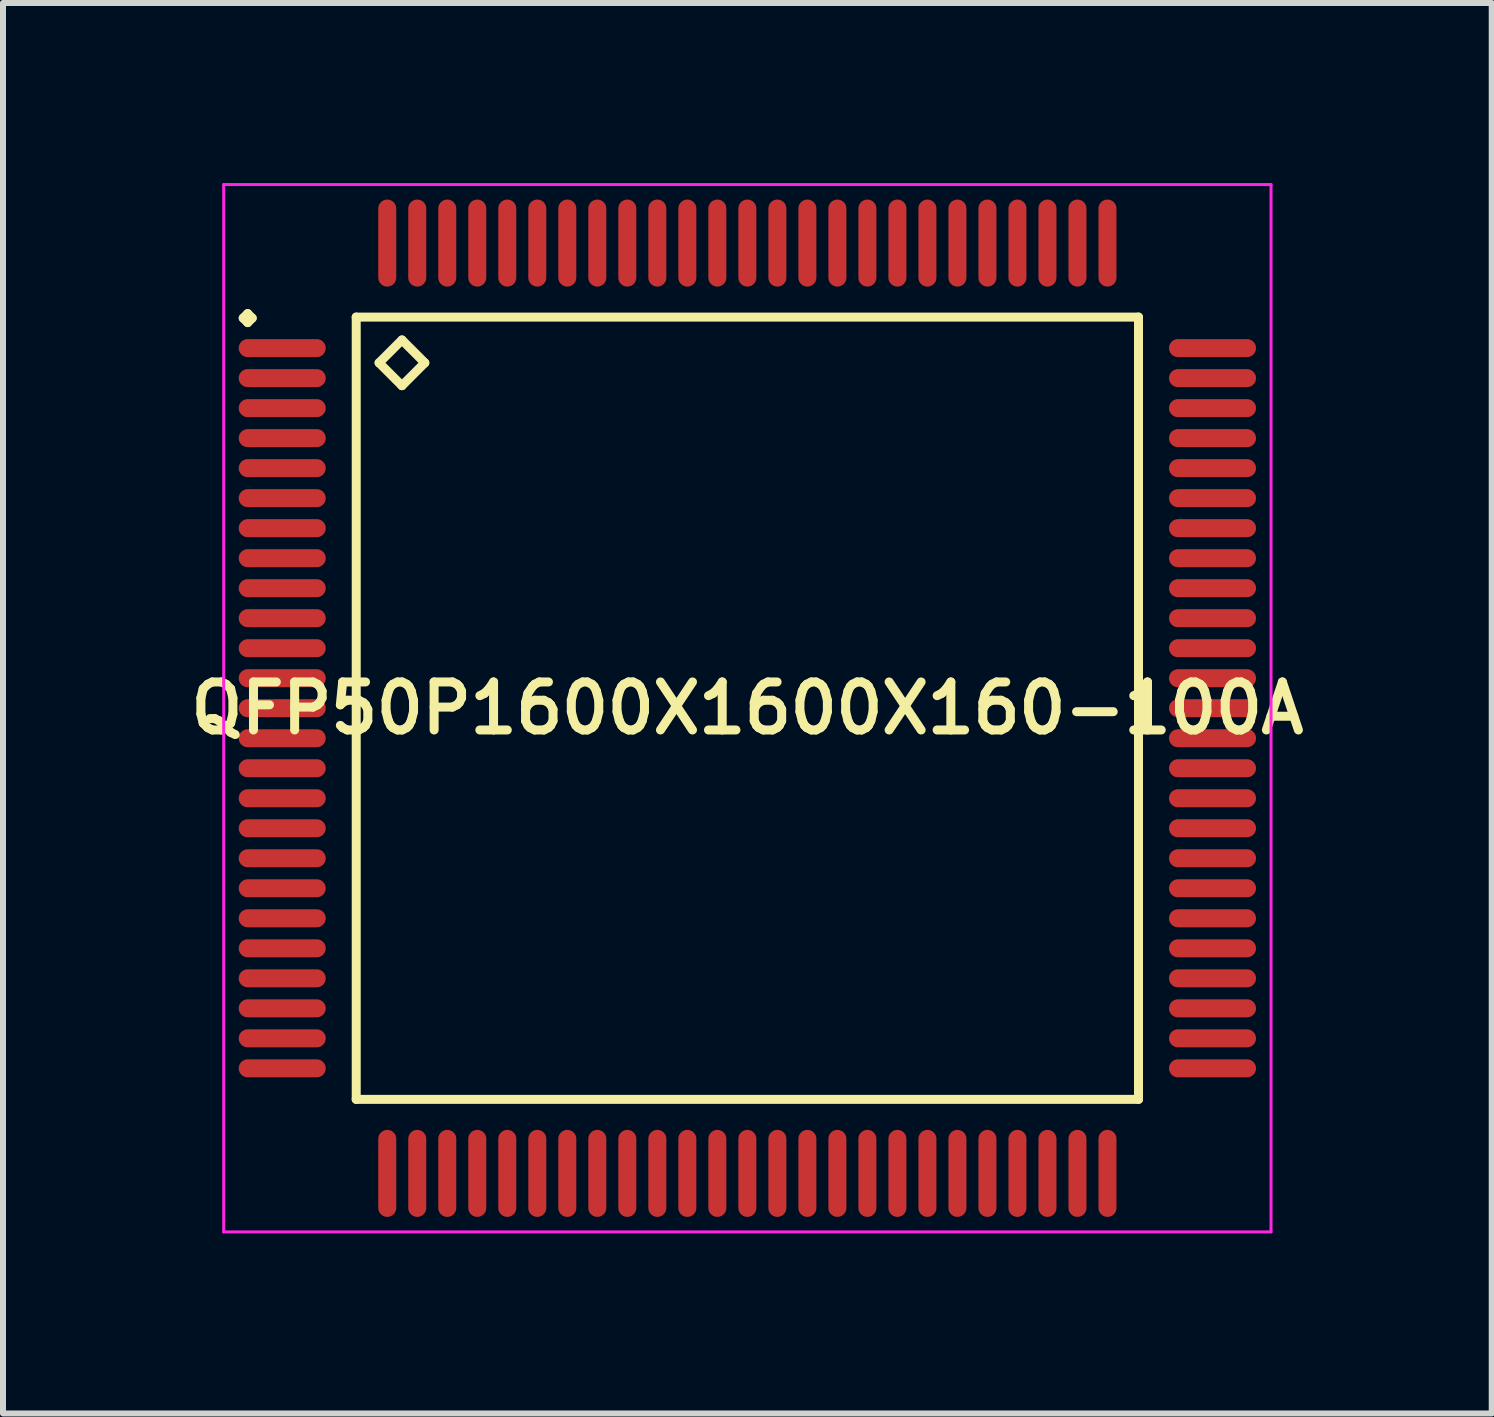
<source format=kicad_pcb>
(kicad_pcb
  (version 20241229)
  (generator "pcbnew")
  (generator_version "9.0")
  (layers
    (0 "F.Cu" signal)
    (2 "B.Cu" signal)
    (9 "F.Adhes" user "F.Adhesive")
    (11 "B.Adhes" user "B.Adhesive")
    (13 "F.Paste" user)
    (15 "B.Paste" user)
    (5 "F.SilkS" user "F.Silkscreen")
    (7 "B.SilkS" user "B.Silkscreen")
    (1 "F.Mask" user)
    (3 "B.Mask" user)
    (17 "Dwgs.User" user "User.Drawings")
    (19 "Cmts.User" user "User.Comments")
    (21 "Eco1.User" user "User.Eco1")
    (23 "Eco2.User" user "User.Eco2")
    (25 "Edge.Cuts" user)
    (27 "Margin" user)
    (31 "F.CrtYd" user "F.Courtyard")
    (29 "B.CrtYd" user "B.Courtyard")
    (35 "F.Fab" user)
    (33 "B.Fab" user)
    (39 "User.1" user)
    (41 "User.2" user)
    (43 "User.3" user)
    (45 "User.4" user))
  (footprint "QFP50P1600X1600X160-100A"
    (layer "F.Cu")
    (at 9.402 8.75)
    (property "Reference" "QFP50P1600X1600X160-100A" (at 0 0 0) (layer "F.SilkS") (effects (font (size 0.8 0.8) (thickness 0.15))))
    (attr smd)
    (fp_line (start -8.4 -6.5) (end -8.325 -6.575) (stroke (width 0.15) (type solid)) (layer "F.SilkS"))
    (fp_line (start -8.325 -6.575) (end -8.25 -6.5) (stroke (width 0.15) (type solid)) (layer "F.SilkS"))
    (fp_line (start -8.325 -6.425) (end -8.4 -6.5) (stroke (width 0.15) (type solid)) (layer "F.SilkS"))
    (fp_line (start -8.25 -6.5) (end -8.325 -6.425) (stroke (width 0.15) (type solid)) (layer "F.SilkS"))
    (fp_line (start -6.517 -6.517) (end -6.517 6.517) (stroke (width 0.15) (type solid)) (layer "F.SilkS"))
    (fp_line (start -6.517 6.517) (end 6.517 6.517) (stroke (width 0.15) (type solid)) (layer "F.SilkS"))
    (fp_line (start -6.136 -5.755) (end -5.755 -6.136) (stroke (width 0.15) (type solid)) (layer "F.SilkS"))
    (fp_line (start -5.755 -6.136) (end -5.374 -5.755) (stroke (width 0.15) (type solid)) (layer "F.SilkS"))
    (fp_line (start -5.755 -5.374) (end -6.136 -5.755) (stroke (width 0.15) (type solid)) (layer "F.SilkS"))
    (fp_line (start -5.374 -5.755) (end -5.755 -5.374) (stroke (width 0.15) (type solid)) (layer "F.SilkS"))
    (fp_line (start 6.517 -6.517) (end -6.517 -6.517) (stroke (width 0.15) (type solid)) (layer "F.SilkS"))
    (fp_line (start 6.517 6.517) (end 6.517 -6.517) (stroke (width 0.15) (type solid)) (layer "F.SilkS"))
    (fp_line (start -8.725 -8.725) (end 8.725 -8.725) (stroke (width 0.05) (type solid)) (layer "F.CrtYd"))
    (fp_line (start -8.725 8.725) (end -8.725 -8.725) (stroke (width 0.05) (type solid)) (layer "F.CrtYd"))
    (fp_line (start 8.725 -8.725) (end 8.725 8.725) (stroke (width 0.05) (type solid)) (layer "F.CrtYd"))
    (fp_line (start 8.725 8.725) (end -8.725 8.725) (stroke (width 0.05) (type solid)) (layer "F.CrtYd"))
    (pad "1" smd oval (at -7.75 -6) (size 1.45 0.3) (layers "F.Cu" "F.Mask" "F.Paste"))
    (pad "2" smd oval (at -7.75 -5.5) (size 1.45 0.3) (layers "F.Cu" "F.Mask" "F.Paste"))
    (pad "3" smd oval (at -7.75 -5) (size 1.45 0.3) (layers "F.Cu" "F.Mask" "F.Paste"))
    (pad "4" smd oval (at -7.75 -4.5) (size 1.45 0.3) (layers "F.Cu" "F.Mask" "F.Paste"))
    (pad "5" smd oval (at -7.75 -4) (size 1.45 0.3) (layers "F.Cu" "F.Mask" "F.Paste"))
    (pad "6" smd oval (at -7.75 -3.5) (size 1.45 0.3) (layers "F.Cu" "F.Mask" "F.Paste"))
    (pad "7" smd oval (at -7.75 -3) (size 1.45 0.3) (layers "F.Cu" "F.Mask" "F.Paste"))
    (pad "8" smd oval (at -7.75 -2.5) (size 1.45 0.3) (layers "F.Cu" "F.Mask" "F.Paste"))
    (pad "9" smd oval (at -7.75 -2) (size 1.45 0.3) (layers "F.Cu" "F.Mask" "F.Paste"))
    (pad "10" smd oval (at -7.75 -1.5) (size 1.45 0.3) (layers "F.Cu" "F.Mask" "F.Paste"))
    (pad "11" smd oval (at -7.75 -1) (size 1.45 0.3) (layers "F.Cu" "F.Mask" "F.Paste"))
    (pad "12" smd oval (at -7.75 -0.5) (size 1.45 0.3) (layers "F.Cu" "F.Mask" "F.Paste"))
    (pad "13" smd oval (at -7.75 0) (size 1.45 0.3) (layers "F.Cu" "F.Mask" "F.Paste"))
    (pad "14" smd oval (at -7.75 0.5) (size 1.45 0.3) (layers "F.Cu" "F.Mask" "F.Paste"))
    (pad "15" smd oval (at -7.75 1) (size 1.45 0.3) (layers "F.Cu" "F.Mask" "F.Paste"))
    (pad "16" smd oval (at -7.75 1.5) (size 1.45 0.3) (layers "F.Cu" "F.Mask" "F.Paste"))
    (pad "17" smd oval (at -7.75 2) (size 1.45 0.3) (layers "F.Cu" "F.Mask" "F.Paste"))
    (pad "18" smd oval (at -7.75 2.5) (size 1.45 0.3) (layers "F.Cu" "F.Mask" "F.Paste"))
    (pad "19" smd oval (at -7.75 3) (size 1.45 0.3) (layers "F.Cu" "F.Mask" "F.Paste"))
    (pad "20" smd oval (at -7.75 3.5) (size 1.45 0.3) (layers "F.Cu" "F.Mask" "F.Paste"))
    (pad "21" smd oval (at -7.75 4) (size 1.45 0.3) (layers "F.Cu" "F.Mask" "F.Paste"))
    (pad "22" smd oval (at -7.75 4.5) (size 1.45 0.3) (layers "F.Cu" "F.Mask" "F.Paste"))
    (pad "23" smd oval (at -7.75 5) (size 1.45 0.3) (layers "F.Cu" "F.Mask" "F.Paste"))
    (pad "24" smd oval (at -7.75 5.5) (size 1.45 0.3) (layers "F.Cu" "F.Mask" "F.Paste"))
    (pad "25" smd oval (at -7.75 6) (size 1.45 0.3) (layers "F.Cu" "F.Mask" "F.Paste"))
    (pad "26" smd oval (at -6 7.75) (size 0.3 1.45) (layers "F.Cu" "F.Mask" "F.Paste"))
    (pad "27" smd oval (at -5.5 7.75) (size 0.3 1.45) (layers "F.Cu" "F.Mask" "F.Paste"))
    (pad "28" smd oval (at -5 7.75) (size 0.3 1.45) (layers "F.Cu" "F.Mask" "F.Paste"))
    (pad "29" smd oval (at -4.5 7.75) (size 0.3 1.45) (layers "F.Cu" "F.Mask" "F.Paste"))
    (pad "30" smd oval (at -4 7.75) (size 0.3 1.45) (layers "F.Cu" "F.Mask" "F.Paste"))
    (pad "31" smd oval (at -3.5 7.75) (size 0.3 1.45) (layers "F.Cu" "F.Mask" "F.Paste"))
    (pad "32" smd oval (at -3 7.75) (size 0.3 1.45) (layers "F.Cu" "F.Mask" "F.Paste"))
    (pad "33" smd oval (at -2.5 7.75) (size 0.3 1.45) (layers "F.Cu" "F.Mask" "F.Paste"))
    (pad "34" smd oval (at -2 7.75) (size 0.3 1.45) (layers "F.Cu" "F.Mask" "F.Paste"))
    (pad "35" smd oval (at -1.5 7.75) (size 0.3 1.45) (layers "F.Cu" "F.Mask" "F.Paste"))
    (pad "36" smd oval (at -1 7.75) (size 0.3 1.45) (layers "F.Cu" "F.Mask" "F.Paste"))
    (pad "37" smd oval (at -0.5 7.75) (size 0.3 1.45) (layers "F.Cu" "F.Mask" "F.Paste"))
    (pad "38" smd oval (at 0 7.75) (size 0.3 1.45) (layers "F.Cu" "F.Mask" "F.Paste"))
    (pad "39" smd oval (at 0.5 7.75) (size 0.3 1.45) (layers "F.Cu" "F.Mask" "F.Paste"))
    (pad "40" smd oval (at 1 7.75) (size 0.3 1.45) (layers "F.Cu" "F.Mask" "F.Paste"))
    (pad "41" smd oval (at 1.5 7.75) (size 0.3 1.45) (layers "F.Cu" "F.Mask" "F.Paste"))
    (pad "42" smd oval (at 2 7.75) (size 0.3 1.45) (layers "F.Cu" "F.Mask" "F.Paste"))
    (pad "43" smd oval (at 2.5 7.75) (size 0.3 1.45) (layers "F.Cu" "F.Mask" "F.Paste"))
    (pad "44" smd oval (at 3 7.75) (size 0.3 1.45) (layers "F.Cu" "F.Mask" "F.Paste"))
    (pad "45" smd oval (at 3.5 7.75) (size 0.3 1.45) (layers "F.Cu" "F.Mask" "F.Paste"))
    (pad "46" smd oval (at 4 7.75) (size 0.3 1.45) (layers "F.Cu" "F.Mask" "F.Paste"))
    (pad "47" smd oval (at 4.5 7.75) (size 0.3 1.45) (layers "F.Cu" "F.Mask" "F.Paste"))
    (pad "48" smd oval (at 5 7.75) (size 0.3 1.45) (layers "F.Cu" "F.Mask" "F.Paste"))
    (pad "49" smd oval (at 5.5 7.75) (size 0.3 1.45) (layers "F.Cu" "F.Mask" "F.Paste"))
    (pad "50" smd oval (at 6 7.75) (size 0.3 1.45) (layers "F.Cu" "F.Mask" "F.Paste"))
    (pad "51" smd oval (at 7.75 6) (size 1.45 0.3) (layers "F.Cu" "F.Mask" "F.Paste"))
    (pad "52" smd oval (at 7.75 5.5) (size 1.45 0.3) (layers "F.Cu" "F.Mask" "F.Paste"))
    (pad "53" smd oval (at 7.75 5) (size 1.45 0.3) (layers "F.Cu" "F.Mask" "F.Paste"))
    (pad "54" smd oval (at 7.75 4.5) (size 1.45 0.3) (layers "F.Cu" "F.Mask" "F.Paste"))
    (pad "55" smd oval (at 7.75 4) (size 1.45 0.3) (layers "F.Cu" "F.Mask" "F.Paste"))
    (pad "56" smd oval (at 7.75 3.5) (size 1.45 0.3) (layers "F.Cu" "F.Mask" "F.Paste"))
    (pad "57" smd oval (at 7.75 3) (size 1.45 0.3) (layers "F.Cu" "F.Mask" "F.Paste"))
    (pad "58" smd oval (at 7.75 2.5) (size 1.45 0.3) (layers "F.Cu" "F.Mask" "F.Paste"))
    (pad "59" smd oval (at 7.75 2) (size 1.45 0.3) (layers "F.Cu" "F.Mask" "F.Paste"))
    (pad "60" smd oval (at 7.75 1.5) (size 1.45 0.3) (layers "F.Cu" "F.Mask" "F.Paste"))
    (pad "61" smd oval (at 7.75 1) (size 1.45 0.3) (layers "F.Cu" "F.Mask" "F.Paste"))
    (pad "62" smd oval (at 7.75 0.5) (size 1.45 0.3) (layers "F.Cu" "F.Mask" "F.Paste"))
    (pad "63" smd oval (at 7.75 0) (size 1.45 0.3) (layers "F.Cu" "F.Mask" "F.Paste"))
    (pad "64" smd oval (at 7.75 -0.5) (size 1.45 0.3) (layers "F.Cu" "F.Mask" "F.Paste"))
    (pad "65" smd oval (at 7.75 -1) (size 1.45 0.3) (layers "F.Cu" "F.Mask" "F.Paste"))
    (pad "66" smd oval (at 7.75 -1.5) (size 1.45 0.3) (layers "F.Cu" "F.Mask" "F.Paste"))
    (pad "67" smd oval (at 7.75 -2) (size 1.45 0.3) (layers "F.Cu" "F.Mask" "F.Paste"))
    (pad "68" smd oval (at 7.75 -2.5) (size 1.45 0.3) (layers "F.Cu" "F.Mask" "F.Paste"))
    (pad "69" smd oval (at 7.75 -3) (size 1.45 0.3) (layers "F.Cu" "F.Mask" "F.Paste"))
    (pad "70" smd oval (at 7.75 -3.5) (size 1.45 0.3) (layers "F.Cu" "F.Mask" "F.Paste"))
    (pad "71" smd oval (at 7.75 -4) (size 1.45 0.3) (layers "F.Cu" "F.Mask" "F.Paste"))
    (pad "72" smd oval (at 7.75 -4.5) (size 1.45 0.3) (layers "F.Cu" "F.Mask" "F.Paste"))
    (pad "73" smd oval (at 7.75 -5) (size 1.45 0.3) (layers "F.Cu" "F.Mask" "F.Paste"))
    (pad "74" smd oval (at 7.75 -5.5) (size 1.45 0.3) (layers "F.Cu" "F.Mask" "F.Paste"))
    (pad "75" smd oval (at 7.75 -6) (size 1.45 0.3) (layers "F.Cu" "F.Mask" "F.Paste"))
    (pad "76" smd oval (at 6 -7.75) (size 0.3 1.45) (layers "F.Cu" "F.Mask" "F.Paste"))
    (pad "77" smd oval (at 5.5 -7.75) (size 0.3 1.45) (layers "F.Cu" "F.Mask" "F.Paste"))
    (pad "78" smd oval (at 5 -7.75) (size 0.3 1.45) (layers "F.Cu" "F.Mask" "F.Paste"))
    (pad "79" smd oval (at 4.5 -7.75) (size 0.3 1.45) (layers "F.Cu" "F.Mask" "F.Paste"))
    (pad "80" smd oval (at 4 -7.75) (size 0.3 1.45) (layers "F.Cu" "F.Mask" "F.Paste"))
    (pad "81" smd oval (at 3.5 -7.75) (size 0.3 1.45) (layers "F.Cu" "F.Mask" "F.Paste"))
    (pad "82" smd oval (at 3 -7.75) (size 0.3 1.45) (layers "F.Cu" "F.Mask" "F.Paste"))
    (pad "83" smd oval (at 2.5 -7.75) (size 0.3 1.45) (layers "F.Cu" "F.Mask" "F.Paste"))
    (pad "84" smd oval (at 2 -7.75) (size 0.3 1.45) (layers "F.Cu" "F.Mask" "F.Paste"))
    (pad "85" smd oval (at 1.5 -7.75) (size 0.3 1.45) (layers "F.Cu" "F.Mask" "F.Paste"))
    (pad "86" smd oval (at 1 -7.75) (size 0.3 1.45) (layers "F.Cu" "F.Mask" "F.Paste"))
    (pad "87" smd oval (at 0.5 -7.75) (size 0.3 1.45) (layers "F.Cu" "F.Mask" "F.Paste"))
    (pad "88" smd oval (at 0 -7.75) (size 0.3 1.45) (layers "F.Cu" "F.Mask" "F.Paste"))
    (pad "89" smd oval (at -0.5 -7.75) (size 0.3 1.45) (layers "F.Cu" "F.Mask" "F.Paste"))
    (pad "90" smd oval (at -1 -7.75) (size 0.3 1.45) (layers "F.Cu" "F.Mask" "F.Paste"))
    (pad "91" smd oval (at -1.5 -7.75) (size 0.3 1.45) (layers "F.Cu" "F.Mask" "F.Paste"))
    (pad "92" smd oval (at -2 -7.75) (size 0.3 1.45) (layers "F.Cu" "F.Mask" "F.Paste"))
    (pad "93" smd oval (at -2.5 -7.75) (size 0.3 1.45) (layers "F.Cu" "F.Mask" "F.Paste"))
    (pad "94" smd oval (at -3 -7.75) (size 0.3 1.45) (layers "F.Cu" "F.Mask" "F.Paste"))
    (pad "95" smd oval (at -3.5 -7.75) (size 0.3 1.45) (layers "F.Cu" "F.Mask" "F.Paste"))
    (pad "96" smd oval (at -4 -7.75) (size 0.3 1.45) (layers "F.Cu" "F.Mask" "F.Paste"))
    (pad "97" smd oval (at -4.5 -7.75) (size 0.3 1.45) (layers "F.Cu" "F.Mask" "F.Paste"))
    (pad "98" smd oval (at -5 -7.75) (size 0.3 1.45) (layers "F.Cu" "F.Mask" "F.Paste"))
    (pad "99" smd oval (at -5.5 -7.75) (size 0.3 1.45) (layers "F.Cu" "F.Mask" "F.Paste"))
    (pad "100" smd oval (at -6 -7.75) (size 0.3 1.45) (layers "F.Cu" "F.Mask" "F.Paste")))
  (gr_rect
    (start -3 -3)
    (end 21.804 20.5)
    (stroke (width 0.1) (type default))
    (fill no)
    (layer "Edge.Cuts")))
</source>
